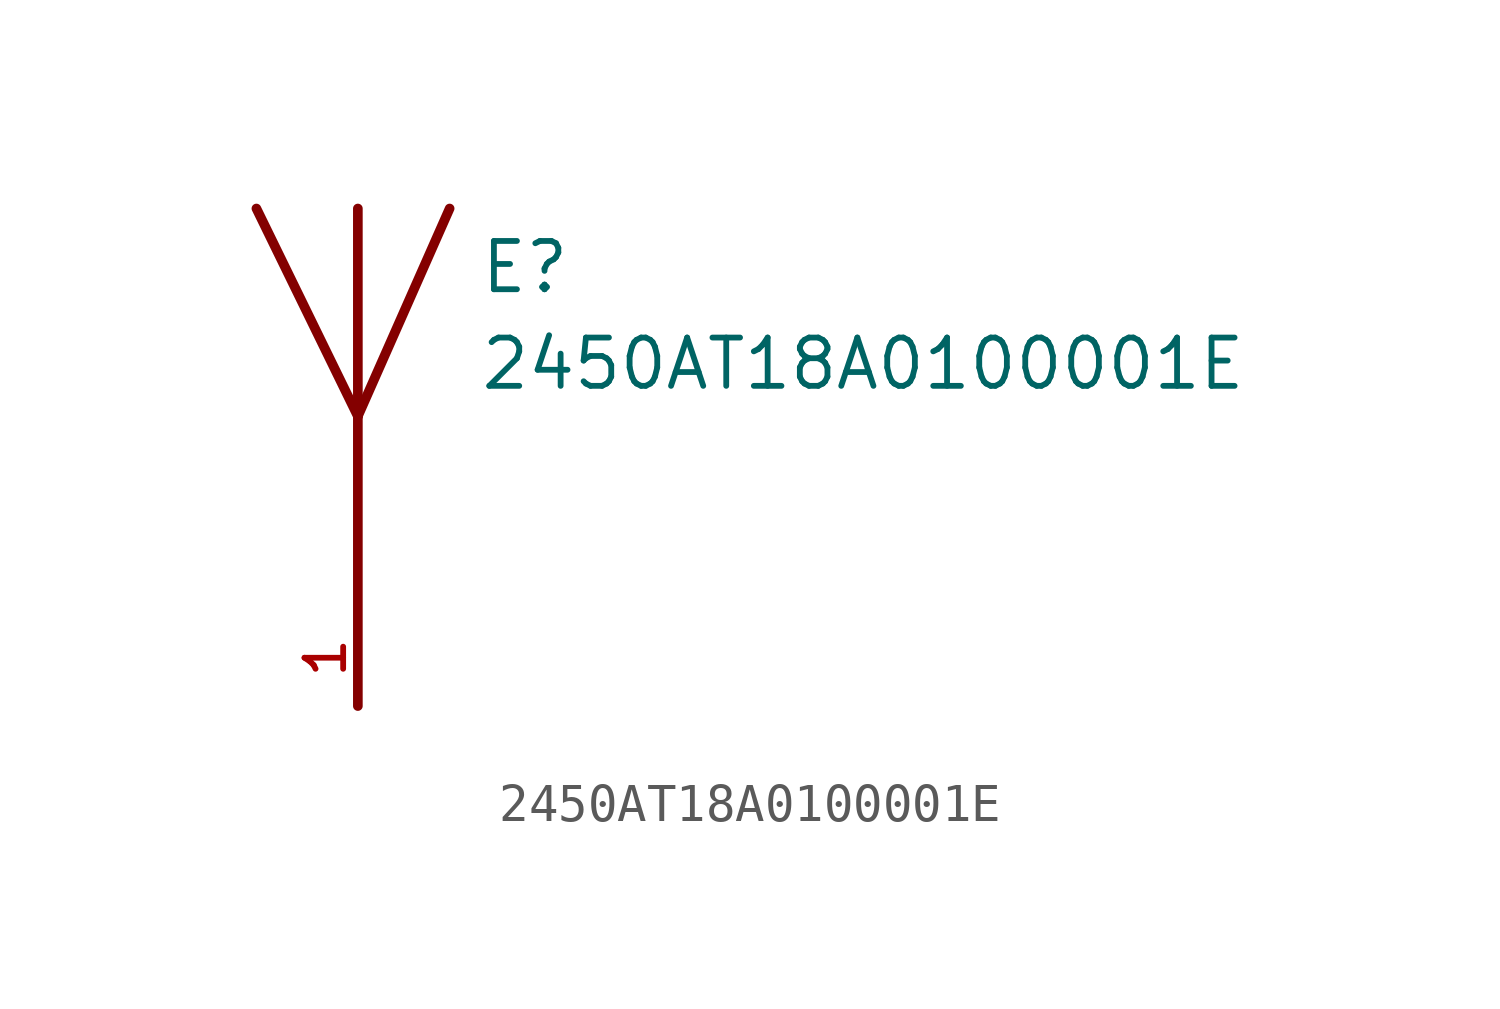
<source format=kicad_sym>
(kicad_symbol_lib
  (version 20211014)
  (generator kicad_symbol_editor)
  (symbol "2450AT18A0100001E"
    (pin_names
      (offset 1.016))
    (property "Reference" "E"
      (at 3.175 5.715 0)
      (effects (font (size 1.27 1.27)) (justify bottom left)))
    (property "Value" "2450AT18A0100001E"
      (at 3.175 3.175 0)
      (effects (font (size 1.27 1.27)) (justify bottom left)))
    (symbol "2450AT18A0100001E_0_0"
      (polyline (pts (xy 2.413 8.001) (xy 0.0 2.54)) (stroke (width 0.254)))
      (polyline (pts (xy 0.0 2.54) (xy -2.667 8.001)) (stroke (width 0.254)))
      (polyline (pts (xy 0.0 8.001) (xy 0.0 2.54)) (stroke (width 0.254)))
      (polyline (pts (xy 0.0 2.54) (xy 0.0 -5.08)) (stroke (width 0.254)))
      (pin input line (at 0.0 -5.08 90.0) (length 2.54) (name "~" (effects (font (size 1.016 1.016)))) (number "1" (effects (font (size 1.016 1.016))))))))
</source>
